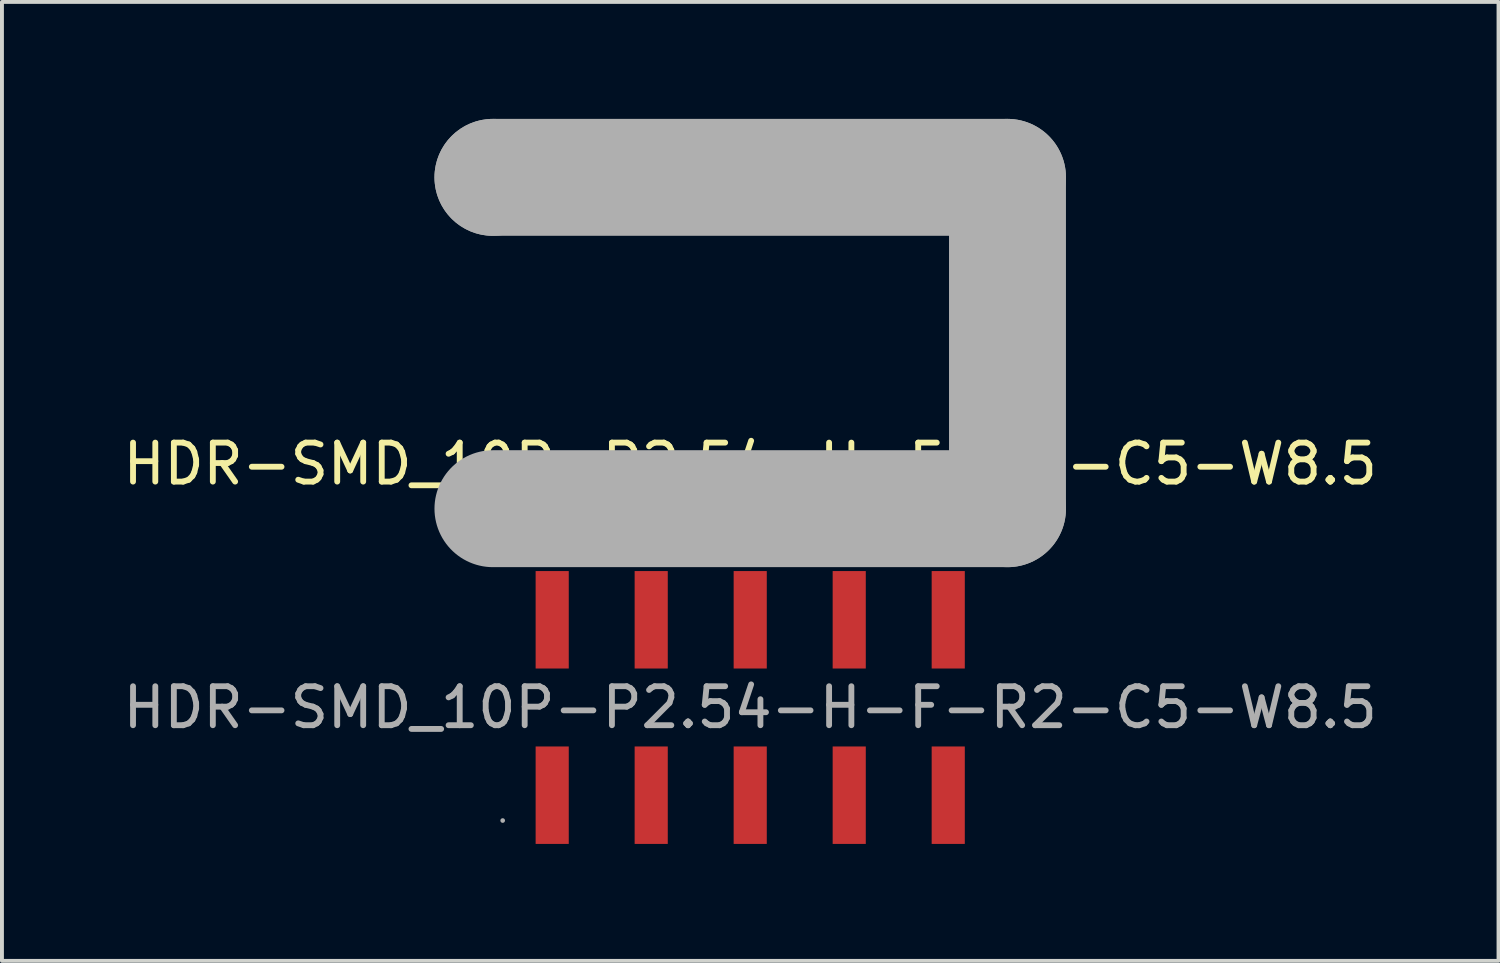
<source format=kicad_pcb>
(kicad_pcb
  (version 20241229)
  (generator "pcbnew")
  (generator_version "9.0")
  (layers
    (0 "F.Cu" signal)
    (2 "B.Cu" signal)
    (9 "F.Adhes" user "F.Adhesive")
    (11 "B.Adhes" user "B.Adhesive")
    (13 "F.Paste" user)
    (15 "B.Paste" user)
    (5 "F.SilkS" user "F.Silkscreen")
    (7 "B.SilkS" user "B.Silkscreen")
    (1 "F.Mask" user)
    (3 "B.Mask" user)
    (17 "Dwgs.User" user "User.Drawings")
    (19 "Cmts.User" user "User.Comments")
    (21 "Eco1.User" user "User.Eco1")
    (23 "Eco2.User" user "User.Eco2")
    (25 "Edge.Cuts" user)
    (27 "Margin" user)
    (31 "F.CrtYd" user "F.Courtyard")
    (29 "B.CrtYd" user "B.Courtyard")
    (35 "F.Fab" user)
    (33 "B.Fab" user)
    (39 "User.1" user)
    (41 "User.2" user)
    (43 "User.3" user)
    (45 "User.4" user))
  (footprint "HDR-SMD_10P-P2.54-H-F-R2-C5-W8.5"
    (layer "F.Cu")
    (at 16.196 15.1)
    (property "Reference" "HDR-SMD_10P-P2.54-H-F-R2-C5-W8.5" (at 0 -6.25 0) (layer "F.SilkS") (effects (font (size 1 1) (thickness 0.15))))
    (attr smd)
    (fp_line (start -6.6 -13.6) (end -6.6 -13.6) (stroke (width 3) (type solid)) (layer "F.Fab"))
    (fp_line (start -6.6 -13.6) (end 6.6 -13.6) (stroke (width 3) (type solid)) (layer "F.Fab"))
    (fp_line (start 6.6 -13.6) (end 6.6 -5.1) (stroke (width 3) (type solid)) (layer "F.Fab"))
    (fp_line (start 6.6 -5.1) (end -6.6 -5.1) (stroke (width 3) (type solid)) (layer "F.Fab"))
    (fp_circle (center -6.35 2.9) (end -6.32 2.9) (stroke (width 0.06) (type solid)) (fill no) (layer "F.Fab"))
    (fp_text user "${REFERENCE}" (at 0 0 0) (layer "F.Fab") (effects (font (size 1 1) (thickness 0.15))))
    (pad "1" smd rect (at -5.08 2.25) (size 0.85 2.5) (layers "F.Cu" "F.Mask" "F.Paste"))
    (pad "2" smd rect (at -2.54 2.25) (size 0.85 2.5) (layers "F.Cu" "F.Mask" "F.Paste"))
    (pad "3" smd rect (at 0 2.25) (size 0.85 2.5) (layers "F.Cu" "F.Mask" "F.Paste"))
    (pad "4" smd rect (at 2.54 2.25) (size 0.85 2.5) (layers "F.Cu" "F.Mask" "F.Paste"))
    (pad "5" smd rect (at 5.08 2.25) (size 0.85 2.5) (layers "F.Cu" "F.Mask" "F.Paste"))
    (pad "6" smd rect (at 5.08 -2.25) (size 0.85 2.5) (layers "F.Cu" "F.Mask" "F.Paste"))
    (pad "7" smd rect (at 2.54 -2.25) (size 0.85 2.5) (layers "F.Cu" "F.Mask" "F.Paste"))
    (pad "8" smd rect (at 0 -2.25) (size 0.85 2.5) (layers "F.Cu" "F.Mask" "F.Paste"))
    (pad "9" smd rect (at -2.54 -2.25) (size 0.85 2.5) (layers "F.Cu" "F.Mask" "F.Paste"))
    (pad "10" smd rect (at -5.08 -2.25) (size 0.85 2.5) (layers "F.Cu" "F.Mask" "F.Paste")))
  (gr_rect
    (start -3 -3)
    (end 35.393 21.6)
    (stroke (width 0.1) (type default))
    (fill no)
    (layer "Edge.Cuts")))
</source>
